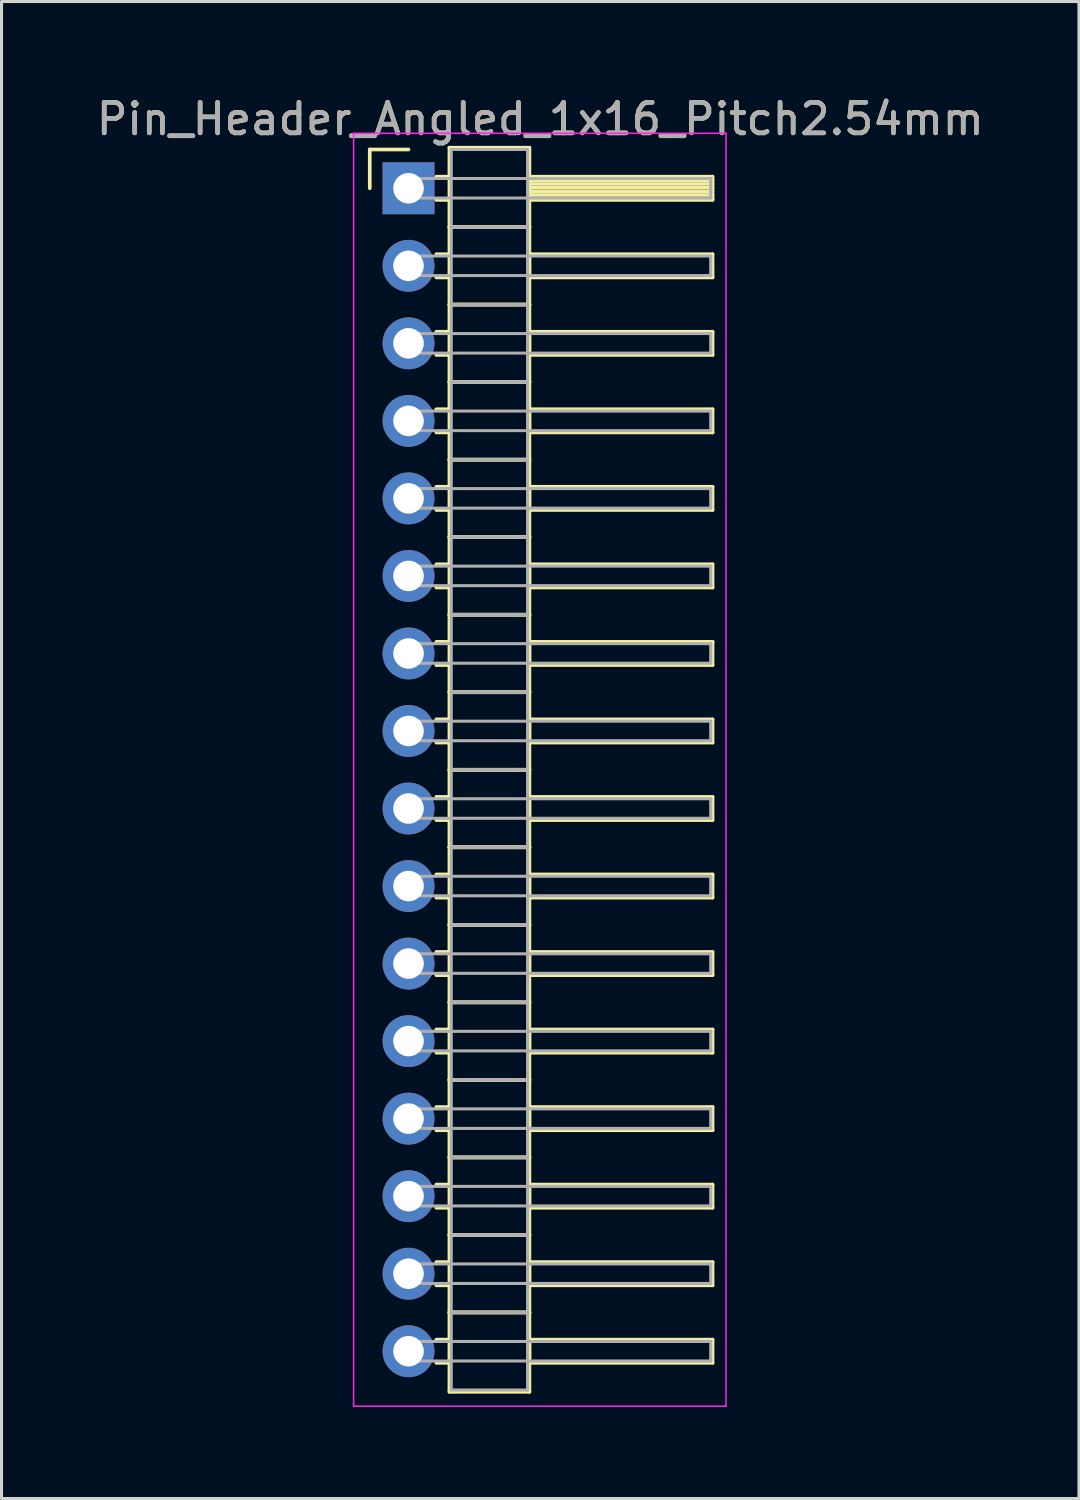
<source format=kicad_pcb>
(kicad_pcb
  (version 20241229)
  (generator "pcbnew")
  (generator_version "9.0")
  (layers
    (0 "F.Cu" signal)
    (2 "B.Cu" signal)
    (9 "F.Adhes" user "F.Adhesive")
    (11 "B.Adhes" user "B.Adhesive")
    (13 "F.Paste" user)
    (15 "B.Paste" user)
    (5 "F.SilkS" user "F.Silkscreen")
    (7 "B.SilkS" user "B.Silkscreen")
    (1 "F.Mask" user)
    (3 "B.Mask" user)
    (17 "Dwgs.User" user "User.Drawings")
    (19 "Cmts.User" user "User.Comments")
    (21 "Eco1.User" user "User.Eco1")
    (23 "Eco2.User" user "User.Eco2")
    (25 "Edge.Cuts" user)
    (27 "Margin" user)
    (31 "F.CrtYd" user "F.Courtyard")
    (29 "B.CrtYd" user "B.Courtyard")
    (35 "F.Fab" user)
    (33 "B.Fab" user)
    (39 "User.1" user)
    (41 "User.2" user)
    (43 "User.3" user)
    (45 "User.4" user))
  (footprint "Pin_Header_Angled_1x16_Pitch2.54mm"
    (layer "F.Cu")
    (at 10.334 3.118)
    (property "Reference" "Pin_Header_Angled_1x16_Pitch2.54mm" (at 4.315 -2.27 0) (layer "F.SilkS") (effects (font (size 1 1) (thickness 0.15))))
    (attr through_hole)
    (fp_line (start -1.27 -1.27) (end 0 -1.27) (stroke (width 0.12) (type solid)) (layer "F.SilkS"))
    (fp_line (start -1.27 0) (end -1.27 -1.27) (stroke (width 0.12) (type solid)) (layer "F.SilkS"))
    (fp_line (start 0.91 -0.38) (end 1.34 -0.38) (stroke (width 0.12) (type solid)) (layer "F.SilkS"))
    (fp_line (start 0.91 0.38) (end 1.34 0.38) (stroke (width 0.12) (type solid)) (layer "F.SilkS"))
    (fp_line (start 0.91 2.16) (end 1.34 2.16) (stroke (width 0.12) (type solid)) (layer "F.SilkS"))
    (fp_line (start 0.91 2.92) (end 1.34 2.92) (stroke (width 0.12) (type solid)) (layer "F.SilkS"))
    (fp_line (start 0.91 4.7) (end 1.34 4.7) (stroke (width 0.12) (type solid)) (layer "F.SilkS"))
    (fp_line (start 0.91 5.46) (end 1.34 5.46) (stroke (width 0.12) (type solid)) (layer "F.SilkS"))
    (fp_line (start 0.91 7.24) (end 1.34 7.24) (stroke (width 0.12) (type solid)) (layer "F.SilkS"))
    (fp_line (start 0.91 8) (end 1.34 8) (stroke (width 0.12) (type solid)) (layer "F.SilkS"))
    (fp_line (start 0.91 9.78) (end 1.34 9.78) (stroke (width 0.12) (type solid)) (layer "F.SilkS"))
    (fp_line (start 0.91 10.54) (end 1.34 10.54) (stroke (width 0.12) (type solid)) (layer "F.SilkS"))
    (fp_line (start 0.91 12.32) (end 1.34 12.32) (stroke (width 0.12) (type solid)) (layer "F.SilkS"))
    (fp_line (start 0.91 13.08) (end 1.34 13.08) (stroke (width 0.12) (type solid)) (layer "F.SilkS"))
    (fp_line (start 0.91 14.86) (end 1.34 14.86) (stroke (width 0.12) (type solid)) (layer "F.SilkS"))
    (fp_line (start 0.91 15.62) (end 1.34 15.62) (stroke (width 0.12) (type solid)) (layer "F.SilkS"))
    (fp_line (start 0.91 17.4) (end 1.34 17.4) (stroke (width 0.12) (type solid)) (layer "F.SilkS"))
    (fp_line (start 0.91 18.16) (end 1.34 18.16) (stroke (width 0.12) (type solid)) (layer "F.SilkS"))
    (fp_line (start 0.91 19.94) (end 1.34 19.94) (stroke (width 0.12) (type solid)) (layer "F.SilkS"))
    (fp_line (start 0.91 20.7) (end 1.34 20.7) (stroke (width 0.12) (type solid)) (layer "F.SilkS"))
    (fp_line (start 0.91 22.48) (end 1.34 22.48) (stroke (width 0.12) (type solid)) (layer "F.SilkS"))
    (fp_line (start 0.91 23.24) (end 1.34 23.24) (stroke (width 0.12) (type solid)) (layer "F.SilkS"))
    (fp_line (start 0.91 25.02) (end 1.34 25.02) (stroke (width 0.12) (type solid)) (layer "F.SilkS"))
    (fp_line (start 0.91 25.78) (end 1.34 25.78) (stroke (width 0.12) (type solid)) (layer "F.SilkS"))
    (fp_line (start 0.91 27.56) (end 1.34 27.56) (stroke (width 0.12) (type solid)) (layer "F.SilkS"))
    (fp_line (start 0.91 28.32) (end 1.34 28.32) (stroke (width 0.12) (type solid)) (layer "F.SilkS"))
    (fp_line (start 0.91 30.1) (end 1.34 30.1) (stroke (width 0.12) (type solid)) (layer "F.SilkS"))
    (fp_line (start 0.91 30.86) (end 1.34 30.86) (stroke (width 0.12) (type solid)) (layer "F.SilkS"))
    (fp_line (start 0.91 32.64) (end 1.34 32.64) (stroke (width 0.12) (type solid)) (layer "F.SilkS"))
    (fp_line (start 0.91 33.4) (end 1.34 33.4) (stroke (width 0.12) (type solid)) (layer "F.SilkS"))
    (fp_line (start 0.91 35.18) (end 1.34 35.18) (stroke (width 0.12) (type solid)) (layer "F.SilkS"))
    (fp_line (start 0.91 35.94) (end 1.34 35.94) (stroke (width 0.12) (type solid)) (layer "F.SilkS"))
    (fp_line (start 0.91 37.72) (end 1.34 37.72) (stroke (width 0.12) (type solid)) (layer "F.SilkS"))
    (fp_line (start 0.91 38.48) (end 1.34 38.48) (stroke (width 0.12) (type solid)) (layer "F.SilkS"))
    (fp_line (start 1.34 -1.33) (end 1.34 1.27) (stroke (width 0.12) (type solid)) (layer "F.SilkS"))
    (fp_line (start 1.34 1.27) (end 1.34 3.81) (stroke (width 0.12) (type solid)) (layer "F.SilkS"))
    (fp_line (start 1.34 1.27) (end 3.96 1.27) (stroke (width 0.12) (type solid)) (layer "F.SilkS"))
    (fp_line (start 1.34 3.81) (end 1.34 6.35) (stroke (width 0.12) (type solid)) (layer "F.SilkS"))
    (fp_line (start 1.34 3.81) (end 3.96 3.81) (stroke (width 0.12) (type solid)) (layer "F.SilkS"))
    (fp_line (start 1.34 6.35) (end 1.34 8.89) (stroke (width 0.12) (type solid)) (layer "F.SilkS"))
    (fp_line (start 1.34 6.35) (end 3.96 6.35) (stroke (width 0.12) (type solid)) (layer "F.SilkS"))
    (fp_line (start 1.34 8.89) (end 1.34 11.43) (stroke (width 0.12) (type solid)) (layer "F.SilkS"))
    (fp_line (start 1.34 8.89) (end 3.96 8.89) (stroke (width 0.12) (type solid)) (layer "F.SilkS"))
    (fp_line (start 1.34 11.43) (end 1.34 13.97) (stroke (width 0.12) (type solid)) (layer "F.SilkS"))
    (fp_line (start 1.34 11.43) (end 3.96 11.43) (stroke (width 0.12) (type solid)) (layer "F.SilkS"))
    (fp_line (start 1.34 13.97) (end 1.34 16.51) (stroke (width 0.12) (type solid)) (layer "F.SilkS"))
    (fp_line (start 1.34 13.97) (end 3.96 13.97) (stroke (width 0.12) (type solid)) (layer "F.SilkS"))
    (fp_line (start 1.34 16.51) (end 1.34 19.05) (stroke (width 0.12) (type solid)) (layer "F.SilkS"))
    (fp_line (start 1.34 16.51) (end 3.96 16.51) (stroke (width 0.12) (type solid)) (layer "F.SilkS"))
    (fp_line (start 1.34 19.05) (end 1.34 21.59) (stroke (width 0.12) (type solid)) (layer "F.SilkS"))
    (fp_line (start 1.34 19.05) (end 3.96 19.05) (stroke (width 0.12) (type solid)) (layer "F.SilkS"))
    (fp_line (start 1.34 21.59) (end 1.34 24.13) (stroke (width 0.12) (type solid)) (layer "F.SilkS"))
    (fp_line (start 1.34 21.59) (end 3.96 21.59) (stroke (width 0.12) (type solid)) (layer "F.SilkS"))
    (fp_line (start 1.34 24.13) (end 1.34 26.67) (stroke (width 0.12) (type solid)) (layer "F.SilkS"))
    (fp_line (start 1.34 24.13) (end 3.96 24.13) (stroke (width 0.12) (type solid)) (layer "F.SilkS"))
    (fp_line (start 1.34 26.67) (end 1.34 29.21) (stroke (width 0.12) (type solid)) (layer "F.SilkS"))
    (fp_line (start 1.34 26.67) (end 3.96 26.67) (stroke (width 0.12) (type solid)) (layer "F.SilkS"))
    (fp_line (start 1.34 29.21) (end 1.34 31.75) (stroke (width 0.12) (type solid)) (layer "F.SilkS"))
    (fp_line (start 1.34 29.21) (end 3.96 29.21) (stroke (width 0.12) (type solid)) (layer "F.SilkS"))
    (fp_line (start 1.34 31.75) (end 1.34 34.29) (stroke (width 0.12) (type solid)) (layer "F.SilkS"))
    (fp_line (start 1.34 31.75) (end 3.96 31.75) (stroke (width 0.12) (type solid)) (layer "F.SilkS"))
    (fp_line (start 1.34 34.29) (end 1.34 36.83) (stroke (width 0.12) (type solid)) (layer "F.SilkS"))
    (fp_line (start 1.34 34.29) (end 3.96 34.29) (stroke (width 0.12) (type solid)) (layer "F.SilkS"))
    (fp_line (start 1.34 36.83) (end 1.34 39.43) (stroke (width 0.12) (type solid)) (layer "F.SilkS"))
    (fp_line (start 1.34 36.83) (end 3.96 36.83) (stroke (width 0.12) (type solid)) (layer "F.SilkS"))
    (fp_line (start 1.34 39.43) (end 3.96 39.43) (stroke (width 0.12) (type solid)) (layer "F.SilkS"))
    (fp_line (start 3.96 -1.33) (end 1.34 -1.33) (stroke (width 0.12) (type solid)) (layer "F.SilkS"))
    (fp_line (start 3.96 -0.38) (end 3.96 0.38) (stroke (width 0.12) (type solid)) (layer "F.SilkS"))
    (fp_line (start 3.96 -0.26) (end 9.96 -0.26) (stroke (width 0.12) (type solid)) (layer "F.SilkS"))
    (fp_line (start 3.96 -0.14) (end 9.96 -0.14) (stroke (width 0.12) (type solid)) (layer "F.SilkS"))
    (fp_line (start 3.96 -0.02) (end 9.96 -0.02) (stroke (width 0.12) (type solid)) (layer "F.SilkS"))
    (fp_line (start 3.96 0.1) (end 9.96 0.1) (stroke (width 0.12) (type solid)) (layer "F.SilkS"))
    (fp_line (start 3.96 0.22) (end 9.96 0.22) (stroke (width 0.12) (type solid)) (layer "F.SilkS"))
    (fp_line (start 3.96 0.34) (end 9.96 0.34) (stroke (width 0.12) (type solid)) (layer "F.SilkS"))
    (fp_line (start 3.96 0.38) (end 9.96 0.38) (stroke (width 0.12) (type solid)) (layer "F.SilkS"))
    (fp_line (start 3.96 1.27) (end 1.34 1.27) (stroke (width 0.12) (type solid)) (layer "F.SilkS"))
    (fp_line (start 3.96 1.27) (end 3.96 -1.33) (stroke (width 0.12) (type solid)) (layer "F.SilkS"))
    (fp_line (start 3.96 2.16) (end 3.96 2.92) (stroke (width 0.12) (type solid)) (layer "F.SilkS"))
    (fp_line (start 3.96 2.92) (end 9.96 2.92) (stroke (width 0.12) (type solid)) (layer "F.SilkS"))
    (fp_line (start 3.96 3.81) (end 1.34 3.81) (stroke (width 0.12) (type solid)) (layer "F.SilkS"))
    (fp_line (start 3.96 3.81) (end 3.96 1.27) (stroke (width 0.12) (type solid)) (layer "F.SilkS"))
    (fp_line (start 3.96 4.7) (end 3.96 5.46) (stroke (width 0.12) (type solid)) (layer "F.SilkS"))
    (fp_line (start 3.96 5.46) (end 9.96 5.46) (stroke (width 0.12) (type solid)) (layer "F.SilkS"))
    (fp_line (start 3.96 6.35) (end 1.34 6.35) (stroke (width 0.12) (type solid)) (layer "F.SilkS"))
    (fp_line (start 3.96 6.35) (end 3.96 3.81) (stroke (width 0.12) (type solid)) (layer "F.SilkS"))
    (fp_line (start 3.96 7.24) (end 3.96 8) (stroke (width 0.12) (type solid)) (layer "F.SilkS"))
    (fp_line (start 3.96 8) (end 9.96 8) (stroke (width 0.12) (type solid)) (layer "F.SilkS"))
    (fp_line (start 3.96 8.89) (end 1.34 8.89) (stroke (width 0.12) (type solid)) (layer "F.SilkS"))
    (fp_line (start 3.96 8.89) (end 3.96 6.35) (stroke (width 0.12) (type solid)) (layer "F.SilkS"))
    (fp_line (start 3.96 9.78) (end 3.96 10.54) (stroke (width 0.12) (type solid)) (layer "F.SilkS"))
    (fp_line (start 3.96 10.54) (end 9.96 10.54) (stroke (width 0.12) (type solid)) (layer "F.SilkS"))
    (fp_line (start 3.96 11.43) (end 1.34 11.43) (stroke (width 0.12) (type solid)) (layer "F.SilkS"))
    (fp_line (start 3.96 11.43) (end 3.96 8.89) (stroke (width 0.12) (type solid)) (layer "F.SilkS"))
    (fp_line (start 3.96 12.32) (end 3.96 13.08) (stroke (width 0.12) (type solid)) (layer "F.SilkS"))
    (fp_line (start 3.96 13.08) (end 9.96 13.08) (stroke (width 0.12) (type solid)) (layer "F.SilkS"))
    (fp_line (start 3.96 13.97) (end 1.34 13.97) (stroke (width 0.12) (type solid)) (layer "F.SilkS"))
    (fp_line (start 3.96 13.97) (end 3.96 11.43) (stroke (width 0.12) (type solid)) (layer "F.SilkS"))
    (fp_line (start 3.96 14.86) (end 3.96 15.62) (stroke (width 0.12) (type solid)) (layer "F.SilkS"))
    (fp_line (start 3.96 15.62) (end 9.96 15.62) (stroke (width 0.12) (type solid)) (layer "F.SilkS"))
    (fp_line (start 3.96 16.51) (end 1.34 16.51) (stroke (width 0.12) (type solid)) (layer "F.SilkS"))
    (fp_line (start 3.96 16.51) (end 3.96 13.97) (stroke (width 0.12) (type solid)) (layer "F.SilkS"))
    (fp_line (start 3.96 17.4) (end 3.96 18.16) (stroke (width 0.12) (type solid)) (layer "F.SilkS"))
    (fp_line (start 3.96 18.16) (end 9.96 18.16) (stroke (width 0.12) (type solid)) (layer "F.SilkS"))
    (fp_line (start 3.96 19.05) (end 1.34 19.05) (stroke (width 0.12) (type solid)) (layer "F.SilkS"))
    (fp_line (start 3.96 19.05) (end 3.96 16.51) (stroke (width 0.12) (type solid)) (layer "F.SilkS"))
    (fp_line (start 3.96 19.94) (end 3.96 20.7) (stroke (width 0.12) (type solid)) (layer "F.SilkS"))
    (fp_line (start 3.96 20.7) (end 9.96 20.7) (stroke (width 0.12) (type solid)) (layer "F.SilkS"))
    (fp_line (start 3.96 21.59) (end 1.34 21.59) (stroke (width 0.12) (type solid)) (layer "F.SilkS"))
    (fp_line (start 3.96 21.59) (end 3.96 19.05) (stroke (width 0.12) (type solid)) (layer "F.SilkS"))
    (fp_line (start 3.96 22.48) (end 3.96 23.24) (stroke (width 0.12) (type solid)) (layer "F.SilkS"))
    (fp_line (start 3.96 23.24) (end 9.96 23.24) (stroke (width 0.12) (type solid)) (layer "F.SilkS"))
    (fp_line (start 3.96 24.13) (end 1.34 24.13) (stroke (width 0.12) (type solid)) (layer "F.SilkS"))
    (fp_line (start 3.96 24.13) (end 3.96 21.59) (stroke (width 0.12) (type solid)) (layer "F.SilkS"))
    (fp_line (start 3.96 25.02) (end 3.96 25.78) (stroke (width 0.12) (type solid)) (layer "F.SilkS"))
    (fp_line (start 3.96 25.78) (end 9.96 25.78) (stroke (width 0.12) (type solid)) (layer "F.SilkS"))
    (fp_line (start 3.96 26.67) (end 1.34 26.67) (stroke (width 0.12) (type solid)) (layer "F.SilkS"))
    (fp_line (start 3.96 26.67) (end 3.96 24.13) (stroke (width 0.12) (type solid)) (layer "F.SilkS"))
    (fp_line (start 3.96 27.56) (end 3.96 28.32) (stroke (width 0.12) (type solid)) (layer "F.SilkS"))
    (fp_line (start 3.96 28.32) (end 9.96 28.32) (stroke (width 0.12) (type solid)) (layer "F.SilkS"))
    (fp_line (start 3.96 29.21) (end 1.34 29.21) (stroke (width 0.12) (type solid)) (layer "F.SilkS"))
    (fp_line (start 3.96 29.21) (end 3.96 26.67) (stroke (width 0.12) (type solid)) (layer "F.SilkS"))
    (fp_line (start 3.96 30.1) (end 3.96 30.86) (stroke (width 0.12) (type solid)) (layer "F.SilkS"))
    (fp_line (start 3.96 30.86) (end 9.96 30.86) (stroke (width 0.12) (type solid)) (layer "F.SilkS"))
    (fp_line (start 3.96 31.75) (end 1.34 31.75) (stroke (width 0.12) (type solid)) (layer "F.SilkS"))
    (fp_line (start 3.96 31.75) (end 3.96 29.21) (stroke (width 0.12) (type solid)) (layer "F.SilkS"))
    (fp_line (start 3.96 32.64) (end 3.96 33.4) (stroke (width 0.12) (type solid)) (layer "F.SilkS"))
    (fp_line (start 3.96 33.4) (end 9.96 33.4) (stroke (width 0.12) (type solid)) (layer "F.SilkS"))
    (fp_line (start 3.96 34.29) (end 1.34 34.29) (stroke (width 0.12) (type solid)) (layer "F.SilkS"))
    (fp_line (start 3.96 34.29) (end 3.96 31.75) (stroke (width 0.12) (type solid)) (layer "F.SilkS"))
    (fp_line (start 3.96 35.18) (end 3.96 35.94) (stroke (width 0.12) (type solid)) (layer "F.SilkS"))
    (fp_line (start 3.96 35.94) (end 9.96 35.94) (stroke (width 0.12) (type solid)) (layer "F.SilkS"))
    (fp_line (start 3.96 36.83) (end 1.34 36.83) (stroke (width 0.12) (type solid)) (layer "F.SilkS"))
    (fp_line (start 3.96 36.83) (end 3.96 34.29) (stroke (width 0.12) (type solid)) (layer "F.SilkS"))
    (fp_line (start 3.96 37.72) (end 3.96 38.48) (stroke (width 0.12) (type solid)) (layer "F.SilkS"))
    (fp_line (start 3.96 38.48) (end 9.96 38.48) (stroke (width 0.12) (type solid)) (layer "F.SilkS"))
    (fp_line (start 3.96 39.43) (end 3.96 36.83) (stroke (width 0.12) (type solid)) (layer "F.SilkS"))
    (fp_line (start 9.96 -0.38) (end 3.96 -0.38) (stroke (width 0.12) (type solid)) (layer "F.SilkS"))
    (fp_line (start 9.96 0.38) (end 9.96 -0.38) (stroke (width 0.12) (type solid)) (layer "F.SilkS"))
    (fp_line (start 9.96 2.16) (end 3.96 2.16) (stroke (width 0.12) (type solid)) (layer "F.SilkS"))
    (fp_line (start 9.96 2.92) (end 9.96 2.16) (stroke (width 0.12) (type solid)) (layer "F.SilkS"))
    (fp_line (start 9.96 4.7) (end 3.96 4.7) (stroke (width 0.12) (type solid)) (layer "F.SilkS"))
    (fp_line (start 9.96 5.46) (end 9.96 4.7) (stroke (width 0.12) (type solid)) (layer "F.SilkS"))
    (fp_line (start 9.96 7.24) (end 3.96 7.24) (stroke (width 0.12) (type solid)) (layer "F.SilkS"))
    (fp_line (start 9.96 8) (end 9.96 7.24) (stroke (width 0.12) (type solid)) (layer "F.SilkS"))
    (fp_line (start 9.96 9.78) (end 3.96 9.78) (stroke (width 0.12) (type solid)) (layer "F.SilkS"))
    (fp_line (start 9.96 10.54) (end 9.96 9.78) (stroke (width 0.12) (type solid)) (layer "F.SilkS"))
    (fp_line (start 9.96 12.32) (end 3.96 12.32) (stroke (width 0.12) (type solid)) (layer "F.SilkS"))
    (fp_line (start 9.96 13.08) (end 9.96 12.32) (stroke (width 0.12) (type solid)) (layer "F.SilkS"))
    (fp_line (start 9.96 14.86) (end 3.96 14.86) (stroke (width 0.12) (type solid)) (layer "F.SilkS"))
    (fp_line (start 9.96 15.62) (end 9.96 14.86) (stroke (width 0.12) (type solid)) (layer "F.SilkS"))
    (fp_line (start 9.96 17.4) (end 3.96 17.4) (stroke (width 0.12) (type solid)) (layer "F.SilkS"))
    (fp_line (start 9.96 18.16) (end 9.96 17.4) (stroke (width 0.12) (type solid)) (layer "F.SilkS"))
    (fp_line (start 9.96 19.94) (end 3.96 19.94) (stroke (width 0.12) (type solid)) (layer "F.SilkS"))
    (fp_line (start 9.96 20.7) (end 9.96 19.94) (stroke (width 0.12) (type solid)) (layer "F.SilkS"))
    (fp_line (start 9.96 22.48) (end 3.96 22.48) (stroke (width 0.12) (type solid)) (layer "F.SilkS"))
    (fp_line (start 9.96 23.24) (end 9.96 22.48) (stroke (width 0.12) (type solid)) (layer "F.SilkS"))
    (fp_line (start 9.96 25.02) (end 3.96 25.02) (stroke (width 0.12) (type solid)) (layer "F.SilkS"))
    (fp_line (start 9.96 25.78) (end 9.96 25.02) (stroke (width 0.12) (type solid)) (layer "F.SilkS"))
    (fp_line (start 9.96 27.56) (end 3.96 27.56) (stroke (width 0.12) (type solid)) (layer "F.SilkS"))
    (fp_line (start 9.96 28.32) (end 9.96 27.56) (stroke (width 0.12) (type solid)) (layer "F.SilkS"))
    (fp_line (start 9.96 30.1) (end 3.96 30.1) (stroke (width 0.12) (type solid)) (layer "F.SilkS"))
    (fp_line (start 9.96 30.86) (end 9.96 30.1) (stroke (width 0.12) (type solid)) (layer "F.SilkS"))
    (fp_line (start 9.96 32.64) (end 3.96 32.64) (stroke (width 0.12) (type solid)) (layer "F.SilkS"))
    (fp_line (start 9.96 33.4) (end 9.96 32.64) (stroke (width 0.12) (type solid)) (layer "F.SilkS"))
    (fp_line (start 9.96 35.18) (end 3.96 35.18) (stroke (width 0.12) (type solid)) (layer "F.SilkS"))
    (fp_line (start 9.96 35.94) (end 9.96 35.18) (stroke (width 0.12) (type solid)) (layer "F.SilkS"))
    (fp_line (start 9.96 37.72) (end 3.96 37.72) (stroke (width 0.12) (type solid)) (layer "F.SilkS"))
    (fp_line (start 9.96 38.48) (end 9.96 37.72) (stroke (width 0.12) (type solid)) (layer "F.SilkS"))
    (fp_line (start -1.8 -1.8) (end -1.8 39.9) (stroke (width 0.05) (type solid)) (layer "F.CrtYd"))
    (fp_line (start -1.8 39.9) (end 10.4 39.9) (stroke (width 0.05) (type solid)) (layer "F.CrtYd"))
    (fp_line (start 10.4 -1.8) (end -1.8 -1.8) (stroke (width 0.05) (type solid)) (layer "F.CrtYd"))
    (fp_line (start 10.4 39.9) (end 10.4 -1.8) (stroke (width 0.05) (type solid)) (layer "F.CrtYd"))
    (fp_line (start 0 -0.32) (end 0 0.32) (stroke (width 0.1) (type solid)) (layer "F.Fab"))
    (fp_line (start 0 0.32) (end 9.9 0.32) (stroke (width 0.1) (type solid)) (layer "F.Fab"))
    (fp_line (start 0 2.22) (end 0 2.86) (stroke (width 0.1) (type solid)) (layer "F.Fab"))
    (fp_line (start 0 2.86) (end 9.9 2.86) (stroke (width 0.1) (type solid)) (layer "F.Fab"))
    (fp_line (start 0 4.76) (end 0 5.4) (stroke (width 0.1) (type solid)) (layer "F.Fab"))
    (fp_line (start 0 5.4) (end 9.9 5.4) (stroke (width 0.1) (type solid)) (layer "F.Fab"))
    (fp_line (start 0 7.3) (end 0 7.94) (stroke (width 0.1) (type solid)) (layer "F.Fab"))
    (fp_line (start 0 7.94) (end 9.9 7.94) (stroke (width 0.1) (type solid)) (layer "F.Fab"))
    (fp_line (start 0 9.84) (end 0 10.48) (stroke (width 0.1) (type solid)) (layer "F.Fab"))
    (fp_line (start 0 10.48) (end 9.9 10.48) (stroke (width 0.1) (type solid)) (layer "F.Fab"))
    (fp_line (start 0 12.38) (end 0 13.02) (stroke (width 0.1) (type solid)) (layer "F.Fab"))
    (fp_line (start 0 13.02) (end 9.9 13.02) (stroke (width 0.1) (type solid)) (layer "F.Fab"))
    (fp_line (start 0 14.92) (end 0 15.56) (stroke (width 0.1) (type solid)) (layer "F.Fab"))
    (fp_line (start 0 15.56) (end 9.9 15.56) (stroke (width 0.1) (type solid)) (layer "F.Fab"))
    (fp_line (start 0 17.46) (end 0 18.1) (stroke (width 0.1) (type solid)) (layer "F.Fab"))
    (fp_line (start 0 18.1) (end 9.9 18.1) (stroke (width 0.1) (type solid)) (layer "F.Fab"))
    (fp_line (start 0 20) (end 0 20.64) (stroke (width 0.1) (type solid)) (layer "F.Fab"))
    (fp_line (start 0 20.64) (end 9.9 20.64) (stroke (width 0.1) (type solid)) (layer "F.Fab"))
    (fp_line (start 0 22.54) (end 0 23.18) (stroke (width 0.1) (type solid)) (layer "F.Fab"))
    (fp_line (start 0 23.18) (end 9.9 23.18) (stroke (width 0.1) (type solid)) (layer "F.Fab"))
    (fp_line (start 0 25.08) (end 0 25.72) (stroke (width 0.1) (type solid)) (layer "F.Fab"))
    (fp_line (start 0 25.72) (end 9.9 25.72) (stroke (width 0.1) (type solid)) (layer "F.Fab"))
    (fp_line (start 0 27.62) (end 0 28.26) (stroke (width 0.1) (type solid)) (layer "F.Fab"))
    (fp_line (start 0 28.26) (end 9.9 28.26) (stroke (width 0.1) (type solid)) (layer "F.Fab"))
    (fp_line (start 0 30.16) (end 0 30.8) (stroke (width 0.1) (type solid)) (layer "F.Fab"))
    (fp_line (start 0 30.8) (end 9.9 30.8) (stroke (width 0.1) (type solid)) (layer "F.Fab"))
    (fp_line (start 0 32.7) (end 0 33.34) (stroke (width 0.1) (type solid)) (layer "F.Fab"))
    (fp_line (start 0 33.34) (end 9.9 33.34) (stroke (width 0.1) (type solid)) (layer "F.Fab"))
    (fp_line (start 0 35.24) (end 0 35.88) (stroke (width 0.1) (type solid)) (layer "F.Fab"))
    (fp_line (start 0 35.88) (end 9.9 35.88) (stroke (width 0.1) (type solid)) (layer "F.Fab"))
    (fp_line (start 0 37.78) (end 0 38.42) (stroke (width 0.1) (type solid)) (layer "F.Fab"))
    (fp_line (start 0 38.42) (end 9.9 38.42) (stroke (width 0.1) (type solid)) (layer "F.Fab"))
    (fp_line (start 1.4 -1.27) (end 1.4 1.27) (stroke (width 0.1) (type solid)) (layer "F.Fab"))
    (fp_line (start 1.4 1.27) (end 1.4 3.81) (stroke (width 0.1) (type solid)) (layer "F.Fab"))
    (fp_line (start 1.4 1.27) (end 3.9 1.27) (stroke (width 0.1) (type solid)) (layer "F.Fab"))
    (fp_line (start 1.4 3.81) (end 1.4 6.35) (stroke (width 0.1) (type solid)) (layer "F.Fab"))
    (fp_line (start 1.4 3.81) (end 3.9 3.81) (stroke (width 0.1) (type solid)) (layer "F.Fab"))
    (fp_line (start 1.4 6.35) (end 1.4 8.89) (stroke (width 0.1) (type solid)) (layer "F.Fab"))
    (fp_line (start 1.4 6.35) (end 3.9 6.35) (stroke (width 0.1) (type solid)) (layer "F.Fab"))
    (fp_line (start 1.4 8.89) (end 1.4 11.43) (stroke (width 0.1) (type solid)) (layer "F.Fab"))
    (fp_line (start 1.4 8.89) (end 3.9 8.89) (stroke (width 0.1) (type solid)) (layer "F.Fab"))
    (fp_line (start 1.4 11.43) (end 1.4 13.97) (stroke (width 0.1) (type solid)) (layer "F.Fab"))
    (fp_line (start 1.4 11.43) (end 3.9 11.43) (stroke (width 0.1) (type solid)) (layer "F.Fab"))
    (fp_line (start 1.4 13.97) (end 1.4 16.51) (stroke (width 0.1) (type solid)) (layer "F.Fab"))
    (fp_line (start 1.4 13.97) (end 3.9 13.97) (stroke (width 0.1) (type solid)) (layer "F.Fab"))
    (fp_line (start 1.4 16.51) (end 1.4 19.05) (stroke (width 0.1) (type solid)) (layer "F.Fab"))
    (fp_line (start 1.4 16.51) (end 3.9 16.51) (stroke (width 0.1) (type solid)) (layer "F.Fab"))
    (fp_line (start 1.4 19.05) (end 1.4 21.59) (stroke (width 0.1) (type solid)) (layer "F.Fab"))
    (fp_line (start 1.4 19.05) (end 3.9 19.05) (stroke (width 0.1) (type solid)) (layer "F.Fab"))
    (fp_line (start 1.4 21.59) (end 1.4 24.13) (stroke (width 0.1) (type solid)) (layer "F.Fab"))
    (fp_line (start 1.4 21.59) (end 3.9 21.59) (stroke (width 0.1) (type solid)) (layer "F.Fab"))
    (fp_line (start 1.4 24.13) (end 1.4 26.67) (stroke (width 0.1) (type solid)) (layer "F.Fab"))
    (fp_line (start 1.4 24.13) (end 3.9 24.13) (stroke (width 0.1) (type solid)) (layer "F.Fab"))
    (fp_line (start 1.4 26.67) (end 1.4 29.21) (stroke (width 0.1) (type solid)) (layer "F.Fab"))
    (fp_line (start 1.4 26.67) (end 3.9 26.67) (stroke (width 0.1) (type solid)) (layer "F.Fab"))
    (fp_line (start 1.4 29.21) (end 1.4 31.75) (stroke (width 0.1) (type solid)) (layer "F.Fab"))
    (fp_line (start 1.4 29.21) (end 3.9 29.21) (stroke (width 0.1) (type solid)) (layer "F.Fab"))
    (fp_line (start 1.4 31.75) (end 1.4 34.29) (stroke (width 0.1) (type solid)) (layer "F.Fab"))
    (fp_line (start 1.4 31.75) (end 3.9 31.75) (stroke (width 0.1) (type solid)) (layer "F.Fab"))
    (fp_line (start 1.4 34.29) (end 1.4 36.83) (stroke (width 0.1) (type solid)) (layer "F.Fab"))
    (fp_line (start 1.4 34.29) (end 3.9 34.29) (stroke (width 0.1) (type solid)) (layer "F.Fab"))
    (fp_line (start 1.4 36.83) (end 1.4 39.37) (stroke (width 0.1) (type solid)) (layer "F.Fab"))
    (fp_line (start 1.4 36.83) (end 3.9 36.83) (stroke (width 0.1) (type solid)) (layer "F.Fab"))
    (fp_line (start 1.4 39.37) (end 3.9 39.37) (stroke (width 0.1) (type solid)) (layer "F.Fab"))
    (fp_line (start 3.9 -1.27) (end 1.4 -1.27) (stroke (width 0.1) (type solid)) (layer "F.Fab"))
    (fp_line (start 3.9 1.27) (end 1.4 1.27) (stroke (width 0.1) (type solid)) (layer "F.Fab"))
    (fp_line (start 3.9 1.27) (end 3.9 -1.27) (stroke (width 0.1) (type solid)) (layer "F.Fab"))
    (fp_line (start 3.9 3.81) (end 1.4 3.81) (stroke (width 0.1) (type solid)) (layer "F.Fab"))
    (fp_line (start 3.9 3.81) (end 3.9 1.27) (stroke (width 0.1) (type solid)) (layer "F.Fab"))
    (fp_line (start 3.9 6.35) (end 1.4 6.35) (stroke (width 0.1) (type solid)) (layer "F.Fab"))
    (fp_line (start 3.9 6.35) (end 3.9 3.81) (stroke (width 0.1) (type solid)) (layer "F.Fab"))
    (fp_line (start 3.9 8.89) (end 1.4 8.89) (stroke (width 0.1) (type solid)) (layer "F.Fab"))
    (fp_line (start 3.9 8.89) (end 3.9 6.35) (stroke (width 0.1) (type solid)) (layer "F.Fab"))
    (fp_line (start 3.9 11.43) (end 1.4 11.43) (stroke (width 0.1) (type solid)) (layer "F.Fab"))
    (fp_line (start 3.9 11.43) (end 3.9 8.89) (stroke (width 0.1) (type solid)) (layer "F.Fab"))
    (fp_line (start 3.9 13.97) (end 1.4 13.97) (stroke (width 0.1) (type solid)) (layer "F.Fab"))
    (fp_line (start 3.9 13.97) (end 3.9 11.43) (stroke (width 0.1) (type solid)) (layer "F.Fab"))
    (fp_line (start 3.9 16.51) (end 1.4 16.51) (stroke (width 0.1) (type solid)) (layer "F.Fab"))
    (fp_line (start 3.9 16.51) (end 3.9 13.97) (stroke (width 0.1) (type solid)) (layer "F.Fab"))
    (fp_line (start 3.9 19.05) (end 1.4 19.05) (stroke (width 0.1) (type solid)) (layer "F.Fab"))
    (fp_line (start 3.9 19.05) (end 3.9 16.51) (stroke (width 0.1) (type solid)) (layer "F.Fab"))
    (fp_line (start 3.9 21.59) (end 1.4 21.59) (stroke (width 0.1) (type solid)) (layer "F.Fab"))
    (fp_line (start 3.9 21.59) (end 3.9 19.05) (stroke (width 0.1) (type solid)) (layer "F.Fab"))
    (fp_line (start 3.9 24.13) (end 1.4 24.13) (stroke (width 0.1) (type solid)) (layer "F.Fab"))
    (fp_line (start 3.9 24.13) (end 3.9 21.59) (stroke (width 0.1) (type solid)) (layer "F.Fab"))
    (fp_line (start 3.9 26.67) (end 1.4 26.67) (stroke (width 0.1) (type solid)) (layer "F.Fab"))
    (fp_line (start 3.9 26.67) (end 3.9 24.13) (stroke (width 0.1) (type solid)) (layer "F.Fab"))
    (fp_line (start 3.9 29.21) (end 1.4 29.21) (stroke (width 0.1) (type solid)) (layer "F.Fab"))
    (fp_line (start 3.9 29.21) (end 3.9 26.67) (stroke (width 0.1) (type solid)) (layer "F.Fab"))
    (fp_line (start 3.9 31.75) (end 1.4 31.75) (stroke (width 0.1) (type solid)) (layer "F.Fab"))
    (fp_line (start 3.9 31.75) (end 3.9 29.21) (stroke (width 0.1) (type solid)) (layer "F.Fab"))
    (fp_line (start 3.9 34.29) (end 1.4 34.29) (stroke (width 0.1) (type solid)) (layer "F.Fab"))
    (fp_line (start 3.9 34.29) (end 3.9 31.75) (stroke (width 0.1) (type solid)) (layer "F.Fab"))
    (fp_line (start 3.9 36.83) (end 1.4 36.83) (stroke (width 0.1) (type solid)) (layer "F.Fab"))
    (fp_line (start 3.9 36.83) (end 3.9 34.29) (stroke (width 0.1) (type solid)) (layer "F.Fab"))
    (fp_line (start 3.9 39.37) (end 3.9 36.83) (stroke (width 0.1) (type solid)) (layer "F.Fab"))
    (fp_line (start 9.9 -0.32) (end 0 -0.32) (stroke (width 0.1) (type solid)) (layer "F.Fab"))
    (fp_line (start 9.9 0.32) (end 9.9 -0.32) (stroke (width 0.1) (type solid)) (layer "F.Fab"))
    (fp_line (start 9.9 2.22) (end 0 2.22) (stroke (width 0.1) (type solid)) (layer "F.Fab"))
    (fp_line (start 9.9 2.86) (end 9.9 2.22) (stroke (width 0.1) (type solid)) (layer "F.Fab"))
    (fp_line (start 9.9 4.76) (end 0 4.76) (stroke (width 0.1) (type solid)) (layer "F.Fab"))
    (fp_line (start 9.9 5.4) (end 9.9 4.76) (stroke (width 0.1) (type solid)) (layer "F.Fab"))
    (fp_line (start 9.9 7.3) (end 0 7.3) (stroke (width 0.1) (type solid)) (layer "F.Fab"))
    (fp_line (start 9.9 7.94) (end 9.9 7.3) (stroke (width 0.1) (type solid)) (layer "F.Fab"))
    (fp_line (start 9.9 9.84) (end 0 9.84) (stroke (width 0.1) (type solid)) (layer "F.Fab"))
    (fp_line (start 9.9 10.48) (end 9.9 9.84) (stroke (width 0.1) (type solid)) (layer "F.Fab"))
    (fp_line (start 9.9 12.38) (end 0 12.38) (stroke (width 0.1) (type solid)) (layer "F.Fab"))
    (fp_line (start 9.9 13.02) (end 9.9 12.38) (stroke (width 0.1) (type solid)) (layer "F.Fab"))
    (fp_line (start 9.9 14.92) (end 0 14.92) (stroke (width 0.1) (type solid)) (layer "F.Fab"))
    (fp_line (start 9.9 15.56) (end 9.9 14.92) (stroke (width 0.1) (type solid)) (layer "F.Fab"))
    (fp_line (start 9.9 17.46) (end 0 17.46) (stroke (width 0.1) (type solid)) (layer "F.Fab"))
    (fp_line (start 9.9 18.1) (end 9.9 17.46) (stroke (width 0.1) (type solid)) (layer "F.Fab"))
    (fp_line (start 9.9 20) (end 0 20) (stroke (width 0.1) (type solid)) (layer "F.Fab"))
    (fp_line (start 9.9 20.64) (end 9.9 20) (stroke (width 0.1) (type solid)) (layer "F.Fab"))
    (fp_line (start 9.9 22.54) (end 0 22.54) (stroke (width 0.1) (type solid)) (layer "F.Fab"))
    (fp_line (start 9.9 23.18) (end 9.9 22.54) (stroke (width 0.1) (type solid)) (layer "F.Fab"))
    (fp_line (start 9.9 25.08) (end 0 25.08) (stroke (width 0.1) (type solid)) (layer "F.Fab"))
    (fp_line (start 9.9 25.72) (end 9.9 25.08) (stroke (width 0.1) (type solid)) (layer "F.Fab"))
    (fp_line (start 9.9 27.62) (end 0 27.62) (stroke (width 0.1) (type solid)) (layer "F.Fab"))
    (fp_line (start 9.9 28.26) (end 9.9 27.62) (stroke (width 0.1) (type solid)) (layer "F.Fab"))
    (fp_line (start 9.9 30.16) (end 0 30.16) (stroke (width 0.1) (type solid)) (layer "F.Fab"))
    (fp_line (start 9.9 30.8) (end 9.9 30.16) (stroke (width 0.1) (type solid)) (layer "F.Fab"))
    (fp_line (start 9.9 32.7) (end 0 32.7) (stroke (width 0.1) (type solid)) (layer "F.Fab"))
    (fp_line (start 9.9 33.34) (end 9.9 32.7) (stroke (width 0.1) (type solid)) (layer "F.Fab"))
    (fp_line (start 9.9 35.24) (end 0 35.24) (stroke (width 0.1) (type solid)) (layer "F.Fab"))
    (fp_line (start 9.9 35.88) (end 9.9 35.24) (stroke (width 0.1) (type solid)) (layer "F.Fab"))
    (fp_line (start 9.9 37.78) (end 0 37.78) (stroke (width 0.1) (type solid)) (layer "F.Fab"))
    (fp_line (start 9.9 38.42) (end 9.9 37.78) (stroke (width 0.1) (type solid)) (layer "F.Fab"))
    (fp_text user "${REFERENCE}" (at 4.315 -2.27 0) (layer "F.Fab") (effects (font (size 1 1) (thickness 0.15))))
    (pad "1" thru_hole rect (at 0 0) (size 1.7 1.7) (drill 1) (layers "*.Cu" "*.Mask"))
    (pad "2" thru_hole oval (at 0 2.54) (size 1.7 1.7) (drill 1) (layers "*.Cu" "*.Mask"))
    (pad "3" thru_hole oval (at 0 5.08) (size 1.7 1.7) (drill 1) (layers "*.Cu" "*.Mask"))
    (pad "4" thru_hole oval (at 0 7.62) (size 1.7 1.7) (drill 1) (layers "*.Cu" "*.Mask"))
    (pad "5" thru_hole oval (at 0 10.16) (size 1.7 1.7) (drill 1) (layers "*.Cu" "*.Mask"))
    (pad "6" thru_hole oval (at 0 12.7) (size 1.7 1.7) (drill 1) (layers "*.Cu" "*.Mask"))
    (pad "7" thru_hole oval (at 0 15.24) (size 1.7 1.7) (drill 1) (layers "*.Cu" "*.Mask"))
    (pad "8" thru_hole oval (at 0 17.78) (size 1.7 1.7) (drill 1) (layers "*.Cu" "*.Mask"))
    (pad "9" thru_hole oval (at 0 20.32) (size 1.7 1.7) (drill 1) (layers "*.Cu" "*.Mask"))
    (pad "10" thru_hole oval (at 0 22.86) (size 1.7 1.7) (drill 1) (layers "*.Cu" "*.Mask"))
    (pad "11" thru_hole oval (at 0 25.4) (size 1.7 1.7) (drill 1) (layers "*.Cu" "*.Mask"))
    (pad "12" thru_hole oval (at 0 27.94) (size 1.7 1.7) (drill 1) (layers "*.Cu" "*.Mask"))
    (pad "13" thru_hole oval (at 0 30.48) (size 1.7 1.7) (drill 1) (layers "*.Cu" "*.Mask"))
    (pad "14" thru_hole oval (at 0 33.02) (size 1.7 1.7) (drill 1) (layers "*.Cu" "*.Mask"))
    (pad "15" thru_hole oval (at 0 35.56) (size 1.7 1.7) (drill 1) (layers "*.Cu" "*.Mask"))
    (pad "16" thru_hole oval (at 0 38.1) (size 1.7 1.7) (drill 1) (layers "*.Cu" "*.Mask")))
  (gr_rect
    (start -3 -3)
    (end 32.298 46.043)
    (stroke (width 0.1) (type default))
    (fill no)
    (layer "Edge.Cuts")))
</source>
